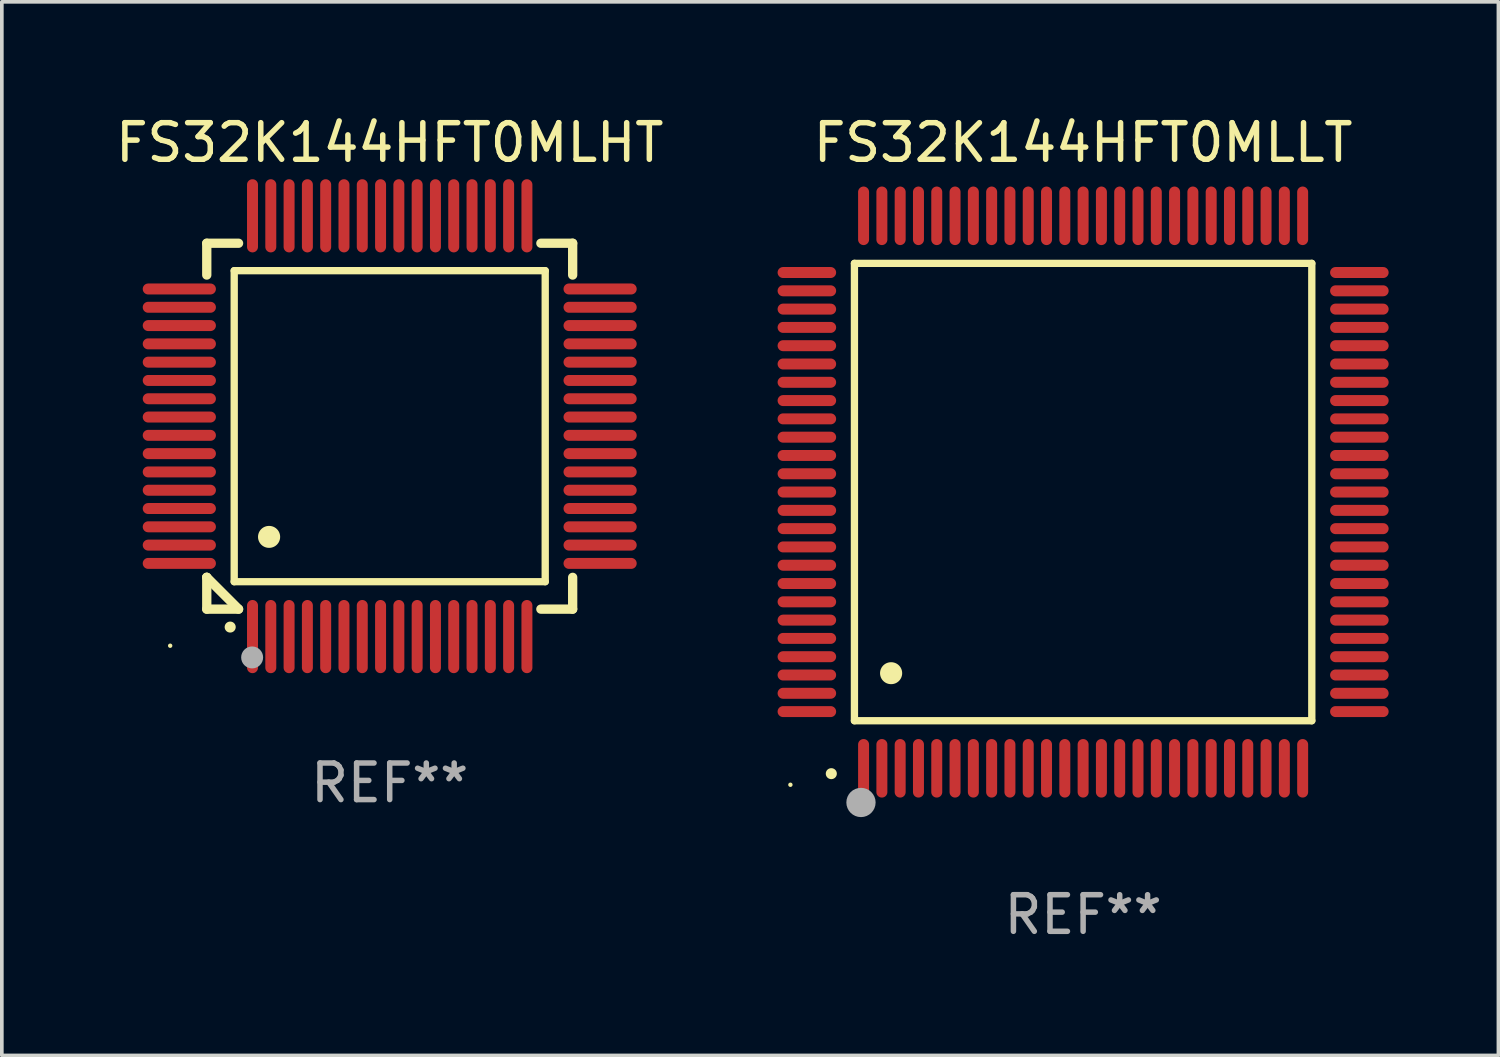
<source format=kicad_pcb>
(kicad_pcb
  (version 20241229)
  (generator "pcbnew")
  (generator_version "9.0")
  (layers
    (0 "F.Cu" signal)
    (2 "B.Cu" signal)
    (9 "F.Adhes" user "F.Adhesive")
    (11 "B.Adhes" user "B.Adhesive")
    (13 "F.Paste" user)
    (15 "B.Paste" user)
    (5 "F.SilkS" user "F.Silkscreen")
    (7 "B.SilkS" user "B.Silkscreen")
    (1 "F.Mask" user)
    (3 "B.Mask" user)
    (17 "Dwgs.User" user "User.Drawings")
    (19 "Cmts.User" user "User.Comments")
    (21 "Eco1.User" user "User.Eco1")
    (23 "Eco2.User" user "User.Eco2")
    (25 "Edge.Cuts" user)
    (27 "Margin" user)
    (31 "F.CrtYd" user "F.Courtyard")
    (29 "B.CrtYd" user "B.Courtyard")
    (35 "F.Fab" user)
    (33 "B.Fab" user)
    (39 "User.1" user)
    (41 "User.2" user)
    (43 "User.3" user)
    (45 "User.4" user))
  (footprint "FS32K144HFT0MLLT"
    (layer "F.Cu")
    (at 26.552 10.398)
    (property "Reference" "FS32K144HFT0MLLT" (at 0 -9.55 0) (layer "F.SilkS") (effects (font (size 1 1) (thickness 0.15))))
    (attr through_hole)
    (fp_line (start -6.25 -6.25) (end -6.25 6.25) (stroke (width 0.2) (type solid)) (layer "F.SilkS"))
    (fp_line (start -6.25 6.25) (end 6.25 6.25) (stroke (width 0.2) (type solid)) (layer "F.SilkS"))
    (fp_line (start 6.25 -6.25) (end -6.25 -6.25) (stroke (width 0.2) (type solid)) (layer "F.SilkS"))
    (fp_line (start 6.25 6.25) (end 6.25 -6.25) (stroke (width 0.2) (type solid)) (layer "F.SilkS"))
    (fp_arc (start -6.883414 7.696215) (mid -6.882144 7.69621) (end -6.880874 7.696215) (stroke (width 0.3) (type solid)) (layer "F.SilkS"))
    (fp_arc (start -5.250191 4.95047) (mid -5.247651 4.950459) (end -5.245111 4.95047) (stroke (width 0.6) (type solid)) (layer "F.SilkS"))
    (fp_circle (center -8 8) (end -7.97 8) (stroke (width 0.06) (type solid)) (fill no) (layer "F.SilkS"))
    (fp_circle (center -6.071 8.484) (end -5.871 8.484) (stroke (width 0.4) (type solid)) (fill no) (layer "F.Fab"))
    (fp_text user "REF**" (at 0 11.55 0) (layer "F.Fab") (effects (font (size 1 1) (thickness 0.15))))
    (pad "1" smd oval (at -6 7.55) (size 0.3 1.6) (layers "F.Cu" "F.Mask" "F.Paste"))
    (pad "2" smd oval (at -5.5 7.55) (size 0.3 1.6) (layers "F.Cu" "F.Mask" "F.Paste"))
    (pad "3" smd oval (at -5 7.55) (size 0.3 1.6) (layers "F.Cu" "F.Mask" "F.Paste"))
    (pad "4" smd oval (at -4.5 7.55) (size 0.3 1.6) (layers "F.Cu" "F.Mask" "F.Paste"))
    (pad "5" smd oval (at -4 7.55) (size 0.3 1.6) (layers "F.Cu" "F.Mask" "F.Paste"))
    (pad "6" smd oval (at -3.5 7.55) (size 0.3 1.6) (layers "F.Cu" "F.Mask" "F.Paste"))
    (pad "7" smd oval (at -3 7.55) (size 0.3 1.6) (layers "F.Cu" "F.Mask" "F.Paste"))
    (pad "8" smd oval (at -2.5 7.55) (size 0.3 1.6) (layers "F.Cu" "F.Mask" "F.Paste"))
    (pad "9" smd oval (at -2 7.55) (size 0.3 1.6) (layers "F.Cu" "F.Mask" "F.Paste"))
    (pad "10" smd oval (at -1.5 7.55) (size 0.3 1.6) (layers "F.Cu" "F.Mask" "F.Paste"))
    (pad "11" smd oval (at -1 7.55) (size 0.3 1.6) (layers "F.Cu" "F.Mask" "F.Paste"))
    (pad "12" smd oval (at -0.5 7.55) (size 0.3 1.6) (layers "F.Cu" "F.Mask" "F.Paste"))
    (pad "13" smd oval (at 0 7.55) (size 0.3 1.6) (layers "F.Cu" "F.Mask" "F.Paste"))
    (pad "14" smd oval (at 0.5 7.55) (size 0.3 1.6) (layers "F.Cu" "F.Mask" "F.Paste"))
    (pad "15" smd oval (at 1 7.55) (size 0.3 1.6) (layers "F.Cu" "F.Mask" "F.Paste"))
    (pad "16" smd oval (at 1.5 7.55) (size 0.3 1.6) (layers "F.Cu" "F.Mask" "F.Paste"))
    (pad "17" smd oval (at 2 7.55) (size 0.3 1.6) (layers "F.Cu" "F.Mask" "F.Paste"))
    (pad "18" smd oval (at 2.5 7.55) (size 0.3 1.6) (layers "F.Cu" "F.Mask" "F.Paste"))
    (pad "19" smd oval (at 3 7.55) (size 0.3 1.6) (layers "F.Cu" "F.Mask" "F.Paste"))
    (pad "20" smd oval (at 3.5 7.55) (size 0.3 1.6) (layers "F.Cu" "F.Mask" "F.Paste"))
    (pad "21" smd oval (at 4 7.55) (size 0.3 1.6) (layers "F.Cu" "F.Mask" "F.Paste"))
    (pad "22" smd oval (at 4.5 7.55) (size 0.3 1.6) (layers "F.Cu" "F.Mask" "F.Paste"))
    (pad "23" smd oval (at 5 7.55) (size 0.3 1.6) (layers "F.Cu" "F.Mask" "F.Paste"))
    (pad "24" smd oval (at 5.5 7.55) (size 0.3 1.6) (layers "F.Cu" "F.Mask" "F.Paste"))
    (pad "25" smd oval (at 6 7.55) (size 0.3 1.6) (layers "F.Cu" "F.Mask" "F.Paste"))
    (pad "26" smd oval (at 7.55 6) (size 1.6 0.3) (layers "F.Cu" "F.Mask" "F.Paste"))
    (pad "27" smd oval (at 7.55 5.5) (size 1.6 0.3) (layers "F.Cu" "F.Mask" "F.Paste"))
    (pad "28" smd oval (at 7.55 5) (size 1.6 0.3) (layers "F.Cu" "F.Mask" "F.Paste"))
    (pad "29" smd oval (at 7.55 4.5) (size 1.6 0.3) (layers "F.Cu" "F.Mask" "F.Paste"))
    (pad "30" smd oval (at 7.55 4) (size 1.6 0.3) (layers "F.Cu" "F.Mask" "F.Paste"))
    (pad "31" smd oval (at 7.55 3.5) (size 1.6 0.3) (layers "F.Cu" "F.Mask" "F.Paste"))
    (pad "32" smd oval (at 7.55 3) (size 1.6 0.3) (layers "F.Cu" "F.Mask" "F.Paste"))
    (pad "33" smd oval (at 7.55 2.5) (size 1.6 0.3) (layers "F.Cu" "F.Mask" "F.Paste"))
    (pad "34" smd oval (at 7.55 2) (size 1.6 0.3) (layers "F.Cu" "F.Mask" "F.Paste"))
    (pad "35" smd oval (at 7.55 1.5) (size 1.6 0.3) (layers "F.Cu" "F.Mask" "F.Paste"))
    (pad "36" smd oval (at 7.55 1) (size 1.6 0.3) (layers "F.Cu" "F.Mask" "F.Paste"))
    (pad "37" smd oval (at 7.55 0.5) (size 1.6 0.3) (layers "F.Cu" "F.Mask" "F.Paste"))
    (pad "38" smd oval (at 7.55 0) (size 1.6 0.3) (layers "F.Cu" "F.Mask" "F.Paste"))
    (pad "39" smd oval (at 7.55 -0.5) (size 1.6 0.3) (layers "F.Cu" "F.Mask" "F.Paste"))
    (pad "40" smd oval (at 7.55 -1) (size 1.6 0.3) (layers "F.Cu" "F.Mask" "F.Paste"))
    (pad "41" smd oval (at 7.55 -1.5) (size 1.6 0.3) (layers "F.Cu" "F.Mask" "F.Paste"))
    (pad "42" smd oval (at 7.55 -2) (size 1.6 0.3) (layers "F.Cu" "F.Mask" "F.Paste"))
    (pad "43" smd oval (at 7.55 -2.5) (size 1.6 0.3) (layers "F.Cu" "F.Mask" "F.Paste"))
    (pad "44" smd oval (at 7.55 -3) (size 1.6 0.3) (layers "F.Cu" "F.Mask" "F.Paste"))
    (pad "45" smd oval (at 7.55 -3.5) (size 1.6 0.3) (layers "F.Cu" "F.Mask" "F.Paste"))
    (pad "46" smd oval (at 7.55 -4) (size 1.6 0.3) (layers "F.Cu" "F.Mask" "F.Paste"))
    (pad "47" smd oval (at 7.55 -4.5) (size 1.6 0.3) (layers "F.Cu" "F.Mask" "F.Paste"))
    (pad "48" smd oval (at 7.55 -5) (size 1.6 0.3) (layers "F.Cu" "F.Mask" "F.Paste"))
    (pad "49" smd oval (at 7.55 -5.5) (size 1.6 0.3) (layers "F.Cu" "F.Mask" "F.Paste"))
    (pad "50" smd oval (at 7.55 -6) (size 1.6 0.3) (layers "F.Cu" "F.Mask" "F.Paste"))
    (pad "51" smd oval (at 6 -7.55) (size 0.3 1.6) (layers "F.Cu" "F.Mask" "F.Paste"))
    (pad "52" smd oval (at 5.5 -7.55) (size 0.3 1.6) (layers "F.Cu" "F.Mask" "F.Paste"))
    (pad "53" smd oval (at 5 -7.55) (size 0.3 1.6) (layers "F.Cu" "F.Mask" "F.Paste"))
    (pad "54" smd oval (at 4.5 -7.55) (size 0.3 1.6) (layers "F.Cu" "F.Mask" "F.Paste"))
    (pad "55" smd oval (at 4 -7.55) (size 0.3 1.6) (layers "F.Cu" "F.Mask" "F.Paste"))
    (pad "56" smd oval (at 3.5 -7.55) (size 0.3 1.6) (layers "F.Cu" "F.Mask" "F.Paste"))
    (pad "57" smd oval (at 3 -7.55) (size 0.3 1.6) (layers "F.Cu" "F.Mask" "F.Paste"))
    (pad "58" smd oval (at 2.5 -7.55) (size 0.3 1.6) (layers "F.Cu" "F.Mask" "F.Paste"))
    (pad "59" smd oval (at 2 -7.55) (size 0.3 1.6) (layers "F.Cu" "F.Mask" "F.Paste"))
    (pad "60" smd oval (at 1.5 -7.55) (size 0.3 1.6) (layers "F.Cu" "F.Mask" "F.Paste"))
    (pad "61" smd oval (at 1 -7.55) (size 0.3 1.6) (layers "F.Cu" "F.Mask" "F.Paste"))
    (pad "62" smd oval (at 0.5 -7.55) (size 0.3 1.6) (layers "F.Cu" "F.Mask" "F.Paste"))
    (pad "63" smd oval (at 0 -7.55) (size 0.3 1.6) (layers "F.Cu" "F.Mask" "F.Paste"))
    (pad "64" smd oval (at -0.5 -7.55) (size 0.3 1.6) (layers "F.Cu" "F.Mask" "F.Paste"))
    (pad "65" smd oval (at -1 -7.55) (size 0.3 1.6) (layers "F.Cu" "F.Mask" "F.Paste"))
    (pad "66" smd oval (at -1.5 -7.55) (size 0.3 1.6) (layers "F.Cu" "F.Mask" "F.Paste"))
    (pad "67" smd oval (at -2 -7.55) (size 0.3 1.6) (layers "F.Cu" "F.Mask" "F.Paste"))
    (pad "68" smd oval (at -2.5 -7.55) (size 0.3 1.6) (layers "F.Cu" "F.Mask" "F.Paste"))
    (pad "69" smd oval (at -3 -7.55) (size 0.3 1.6) (layers "F.Cu" "F.Mask" "F.Paste"))
    (pad "70" smd oval (at -3.5 -7.55) (size 0.3 1.6) (layers "F.Cu" "F.Mask" "F.Paste"))
    (pad "71" smd oval (at -4 -7.55) (size 0.3 1.6) (layers "F.Cu" "F.Mask" "F.Paste"))
    (pad "72" smd oval (at -4.5 -7.55) (size 0.3 1.6) (layers "F.Cu" "F.Mask" "F.Paste"))
    (pad "73" smd oval (at -5 -7.55) (size 0.3 1.6) (layers "F.Cu" "F.Mask" "F.Paste"))
    (pad "74" smd oval (at -5.5 -7.55) (size 0.3 1.6) (layers "F.Cu" "F.Mask" "F.Paste"))
    (pad "75" smd oval (at -6 -7.55) (size 0.3 1.6) (layers "F.Cu" "F.Mask" "F.Paste"))
    (pad "76" smd oval (at -7.55 -6) (size 1.6 0.3) (layers "F.Cu" "F.Mask" "F.Paste"))
    (pad "77" smd oval (at -7.55 -5.5) (size 1.6 0.3) (layers "F.Cu" "F.Mask" "F.Paste"))
    (pad "78" smd oval (at -7.55 -5) (size 1.6 0.3) (layers "F.Cu" "F.Mask" "F.Paste"))
    (pad "79" smd oval (at -7.55 -4.5) (size 1.6 0.3) (layers "F.Cu" "F.Mask" "F.Paste"))
    (pad "80" smd oval (at -7.55 -4) (size 1.6 0.3) (layers "F.Cu" "F.Mask" "F.Paste"))
    (pad "81" smd oval (at -7.55 -3.5) (size 1.6 0.3) (layers "F.Cu" "F.Mask" "F.Paste"))
    (pad "82" smd oval (at -7.55 -3) (size 1.6 0.3) (layers "F.Cu" "F.Mask" "F.Paste"))
    (pad "83" smd oval (at -7.55 -2.5) (size 1.6 0.3) (layers "F.Cu" "F.Mask" "F.Paste"))
    (pad "84" smd oval (at -7.55 -2) (size 1.6 0.3) (layers "F.Cu" "F.Mask" "F.Paste"))
    (pad "85" smd oval (at -7.55 -1.5) (size 1.6 0.3) (layers "F.Cu" "F.Mask" "F.Paste"))
    (pad "86" smd oval (at -7.55 -1) (size 1.6 0.3) (layers "F.Cu" "F.Mask" "F.Paste"))
    (pad "87" smd oval (at -7.55 -0.5) (size 1.6 0.3) (layers "F.Cu" "F.Mask" "F.Paste"))
    (pad "88" smd oval (at -7.55 0) (size 1.6 0.3) (layers "F.Cu" "F.Mask" "F.Paste"))
    (pad "89" smd oval (at -7.55 0.5) (size 1.6 0.3) (layers "F.Cu" "F.Mask" "F.Paste"))
    (pad "90" smd oval (at -7.55 1) (size 1.6 0.3) (layers "F.Cu" "F.Mask" "F.Paste"))
    (pad "91" smd oval (at -7.55 1.5) (size 1.6 0.3) (layers "F.Cu" "F.Mask" "F.Paste"))
    (pad "92" smd oval (at -7.55 2) (size 1.6 0.3) (layers "F.Cu" "F.Mask" "F.Paste"))
    (pad "93" smd oval (at -7.55 2.5) (size 1.6 0.3) (layers "F.Cu" "F.Mask" "F.Paste"))
    (pad "94" smd oval (at -7.55 3) (size 1.6 0.3) (layers "F.Cu" "F.Mask" "F.Paste"))
    (pad "95" smd oval (at -7.55 3.5) (size 1.6 0.3) (layers "F.Cu" "F.Mask" "F.Paste"))
    (pad "96" smd oval (at -7.55 4) (size 1.6 0.3) (layers "F.Cu" "F.Mask" "F.Paste"))
    (pad "97" smd oval (at -7.55 4.5) (size 1.6 0.3) (layers "F.Cu" "F.Mask" "F.Paste"))
    (pad "98" smd oval (at -7.55 5) (size 1.6 0.3) (layers "F.Cu" "F.Mask" "F.Paste"))
    (pad "99" smd oval (at -7.55 5.5) (size 1.6 0.3) (layers "F.Cu" "F.Mask" "F.Paste"))
    (pad "100" smd oval (at -7.55 6) (size 1.6 0.3) (layers "F.Cu" "F.Mask" "F.Paste")))
  (footprint "FS32K144HFT0MLHT"
    (layer "F.Cu")
    (at 7.601 8.598)
    (property "Reference" "FS32K144HFT0MLHT" (at 0 -7.75 0) (layer "F.SilkS") (effects (font (size 1 1) (thickness 0.15))))
    (attr through_hole)
    (fp_line (start -5 -5) (end -4.131 -5) (stroke (width 0.254) (type solid)) (layer "F.SilkS"))
    (fp_line (start -5 -4.131) (end -5 -5) (stroke (width 0.254) (type solid)) (layer "F.SilkS"))
    (fp_line (start -5 4.131) (end -5 4.131) (stroke (width 0.254) (type solid)) (layer "F.SilkS"))
    (fp_line (start -5 5) (end -5 4.131) (stroke (width 0.254) (type solid)) (layer "F.SilkS"))
    (fp_line (start -5 4.131) (end -4.131 5) (stroke (width 0.254) (type solid)) (layer "F.SilkS"))
    (fp_line (start -4.25 -4.25) (end -4.25 4.25) (stroke (width 0.2) (type solid)) (layer "F.SilkS"))
    (fp_line (start -4.25 4.25) (end 4.25 4.25) (stroke (width 0.2) (type solid)) (layer "F.SilkS"))
    (fp_line (start -4.131 5) (end -5 5) (stroke (width 0.254) (type solid)) (layer "F.SilkS"))
    (fp_line (start 4.25 -4.25) (end -4.25 -4.25) (stroke (width 0.2) (type solid)) (layer "F.SilkS"))
    (fp_line (start 4.25 4.25) (end 4.25 -4.25) (stroke (width 0.2) (type solid)) (layer "F.SilkS"))
    (fp_line (start 5 -5) (end 4.131 -5) (stroke (width 0.254) (type solid)) (layer "F.SilkS"))
    (fp_line (start 5 -5) (end 5 -4.131) (stroke (width 0.254) (type solid)) (layer "F.SilkS"))
    (fp_line (start 5 4.131) (end 5 5) (stroke (width 0.254) (type solid)) (layer "F.SilkS"))
    (fp_line (start 5 5) (end 4.131 5) (stroke (width 0.254) (type solid)) (layer "F.SilkS"))
    (fp_arc (start -4.361265 5.489992) (mid -4.359995 5.489987) (end -4.358725 5.489992) (stroke (width 0.3) (type solid)) (layer "F.SilkS"))
    (fp_arc (start -3.299467 3.025146) (mid -3.296927 3.025135) (end -3.294387 3.025146) (stroke (width 0.6) (type solid)) (layer "F.SilkS"))
    (fp_circle (center -6 6) (end -5.97 6) (stroke (width 0.06) (type solid)) (fill no) (layer "F.SilkS"))
    (fp_circle (center -3.76 6.32) (end -3.61 6.32) (stroke (width 0.3) (type solid)) (fill no) (layer "F.Fab"))
    (fp_text user "REF**" (at 0 9.75 0) (layer "F.Fab") (effects (font (size 1 1) (thickness 0.15))))
    (pad "1" smd oval (at -3.75 5.75) (size 0.3 2) (layers "F.Cu" "F.Mask" "F.Paste"))
    (pad "2" smd oval (at -3.25 5.75) (size 0.3 2) (layers "F.Cu" "F.Mask" "F.Paste"))
    (pad "3" smd oval (at -2.75 5.75) (size 0.3 2) (layers "F.Cu" "F.Mask" "F.Paste"))
    (pad "4" smd oval (at -2.25 5.75) (size 0.3 2) (layers "F.Cu" "F.Mask" "F.Paste"))
    (pad "5" smd oval (at -1.75 5.75) (size 0.3 2) (layers "F.Cu" "F.Mask" "F.Paste"))
    (pad "6" smd oval (at -1.25 5.75) (size 0.3 2) (layers "F.Cu" "F.Mask" "F.Paste"))
    (pad "7" smd oval (at -0.75 5.75) (size 0.3 2) (layers "F.Cu" "F.Mask" "F.Paste"))
    (pad "8" smd oval (at -0.25 5.75) (size 0.3 2) (layers "F.Cu" "F.Mask" "F.Paste"))
    (pad "9" smd oval (at 0.25 5.75) (size 0.3 2) (layers "F.Cu" "F.Mask" "F.Paste"))
    (pad "10" smd oval (at 0.75 5.75) (size 0.3 2) (layers "F.Cu" "F.Mask" "F.Paste"))
    (pad "11" smd oval (at 1.25 5.75) (size 0.3 2) (layers "F.Cu" "F.Mask" "F.Paste"))
    (pad "12" smd oval (at 1.75 5.75) (size 0.3 2) (layers "F.Cu" "F.Mask" "F.Paste"))
    (pad "13" smd oval (at 2.25 5.75) (size 0.3 2) (layers "F.Cu" "F.Mask" "F.Paste"))
    (pad "14" smd oval (at 2.75 5.75) (size 0.3 2) (layers "F.Cu" "F.Mask" "F.Paste"))
    (pad "15" smd oval (at 3.25 5.75) (size 0.3 2) (layers "F.Cu" "F.Mask" "F.Paste"))
    (pad "16" smd oval (at 3.75 5.75) (size 0.3 2) (layers "F.Cu" "F.Mask" "F.Paste"))
    (pad "17" smd oval (at 5.75 3.75) (size 2 0.3) (layers "F.Cu" "F.Mask" "F.Paste"))
    (pad "18" smd oval (at 5.75 3.25) (size 2 0.3) (layers "F.Cu" "F.Mask" "F.Paste"))
    (pad "19" smd oval (at 5.75 2.75) (size 2 0.3) (layers "F.Cu" "F.Mask" "F.Paste"))
    (pad "20" smd oval (at 5.75 2.25) (size 2 0.3) (layers "F.Cu" "F.Mask" "F.Paste"))
    (pad "21" smd oval (at 5.75 1.75) (size 2 0.3) (layers "F.Cu" "F.Mask" "F.Paste"))
    (pad "22" smd oval (at 5.75 1.25) (size 2 0.3) (layers "F.Cu" "F.Mask" "F.Paste"))
    (pad "23" smd oval (at 5.75 0.75) (size 2 0.3) (layers "F.Cu" "F.Mask" "F.Paste"))
    (pad "24" smd oval (at 5.75 0.25) (size 2 0.3) (layers "F.Cu" "F.Mask" "F.Paste"))
    (pad "25" smd oval (at 5.75 -0.25) (size 2 0.3) (layers "F.Cu" "F.Mask" "F.Paste"))
    (pad "26" smd oval (at 5.75 -0.75) (size 2 0.3) (layers "F.Cu" "F.Mask" "F.Paste"))
    (pad "27" smd oval (at 5.75 -1.25) (size 2 0.3) (layers "F.Cu" "F.Mask" "F.Paste"))
    (pad "28" smd oval (at 5.75 -1.75) (size 2 0.3) (layers "F.Cu" "F.Mask" "F.Paste"))
    (pad "29" smd oval (at 5.75 -2.25) (size 2 0.3) (layers "F.Cu" "F.Mask" "F.Paste"))
    (pad "30" smd oval (at 5.75 -2.75) (size 2 0.3) (layers "F.Cu" "F.Mask" "F.Paste"))
    (pad "31" smd oval (at 5.75 -3.25) (size 2 0.3) (layers "F.Cu" "F.Mask" "F.Paste"))
    (pad "32" smd oval (at 5.75 -3.75) (size 2 0.3) (layers "F.Cu" "F.Mask" "F.Paste"))
    (pad "33" smd oval (at 3.75 -5.75) (size 0.3 2) (layers "F.Cu" "F.Mask" "F.Paste"))
    (pad "34" smd oval (at 3.25 -5.75) (size 0.3 2) (layers "F.Cu" "F.Mask" "F.Paste"))
    (pad "35" smd oval (at 2.75 -5.75) (size 0.3 2) (layers "F.Cu" "F.Mask" "F.Paste"))
    (pad "36" smd oval (at 2.25 -5.75) (size 0.3 2) (layers "F.Cu" "F.Mask" "F.Paste"))
    (pad "37" smd oval (at 1.75 -5.75) (size 0.3 2) (layers "F.Cu" "F.Mask" "F.Paste"))
    (pad "38" smd oval (at 1.25 -5.75) (size 0.3 2) (layers "F.Cu" "F.Mask" "F.Paste"))
    (pad "39" smd oval (at 0.75 -5.75) (size 0.3 2) (layers "F.Cu" "F.Mask" "F.Paste"))
    (pad "40" smd oval (at 0.25 -5.75) (size 0.3 2) (layers "F.Cu" "F.Mask" "F.Paste"))
    (pad "41" smd oval (at -0.25 -5.75) (size 0.3 2) (layers "F.Cu" "F.Mask" "F.Paste"))
    (pad "42" smd oval (at -0.75 -5.75) (size 0.3 2) (layers "F.Cu" "F.Mask" "F.Paste"))
    (pad "43" smd oval (at -1.25 -5.75) (size 0.3 2) (layers "F.Cu" "F.Mask" "F.Paste"))
    (pad "44" smd oval (at -1.75 -5.75) (size 0.3 2) (layers "F.Cu" "F.Mask" "F.Paste"))
    (pad "45" smd oval (at -2.25 -5.75) (size 0.3 2) (layers "F.Cu" "F.Mask" "F.Paste"))
    (pad "46" smd oval (at -2.75 -5.75) (size 0.3 2) (layers "F.Cu" "F.Mask" "F.Paste"))
    (pad "47" smd oval (at -3.25 -5.75) (size 0.3 2) (layers "F.Cu" "F.Mask" "F.Paste"))
    (pad "48" smd oval (at -3.75 -5.75) (size 0.3 2) (layers "F.Cu" "F.Mask" "F.Paste"))
    (pad "49" smd oval (at -5.75 -3.75) (size 2 0.3) (layers "F.Cu" "F.Mask" "F.Paste"))
    (pad "50" smd oval (at -5.75 -3.25) (size 2 0.3) (layers "F.Cu" "F.Mask" "F.Paste"))
    (pad "51" smd oval (at -5.75 -2.75) (size 2 0.3) (layers "F.Cu" "F.Mask" "F.Paste"))
    (pad "52" smd oval (at -5.75 -2.25) (size 2 0.3) (layers "F.Cu" "F.Mask" "F.Paste"))
    (pad "53" smd oval (at -5.75 -1.75) (size 2 0.3) (layers "F.Cu" "F.Mask" "F.Paste"))
    (pad "54" smd oval (at -5.75 -1.25) (size 2 0.3) (layers "F.Cu" "F.Mask" "F.Paste"))
    (pad "55" smd oval (at -5.75 -0.75) (size 2 0.3) (layers "F.Cu" "F.Mask" "F.Paste"))
    (pad "56" smd oval (at -5.75 -0.25) (size 2 0.3) (layers "F.Cu" "F.Mask" "F.Paste"))
    (pad "57" smd oval (at -5.75 0.25) (size 2 0.3) (layers "F.Cu" "F.Mask" "F.Paste"))
    (pad "58" smd oval (at -5.75 0.75) (size 2 0.3) (layers "F.Cu" "F.Mask" "F.Paste"))
    (pad "59" smd oval (at -5.75 1.25) (size 2 0.3) (layers "F.Cu" "F.Mask" "F.Paste"))
    (pad "60" smd oval (at -5.75 1.75) (size 2 0.3) (layers "F.Cu" "F.Mask" "F.Paste"))
    (pad "61" smd oval (at -5.75 2.25) (size 2 0.3) (layers "F.Cu" "F.Mask" "F.Paste"))
    (pad "62" smd oval (at -5.75 2.75) (size 2 0.3) (layers "F.Cu" "F.Mask" "F.Paste"))
    (pad "63" smd oval (at -5.75 3.25) (size 2 0.3) (layers "F.Cu" "F.Mask" "F.Paste"))
    (pad "64" smd oval (at -5.75 3.75) (size 2 0.3) (layers "F.Cu" "F.Mask" "F.Paste")))
  (gr_rect
    (start -3 -3)
    (end 37.902 25.796)
    (stroke (width 0.1) (type default))
    (fill no)
    (layer "Edge.Cuts")))
</source>
